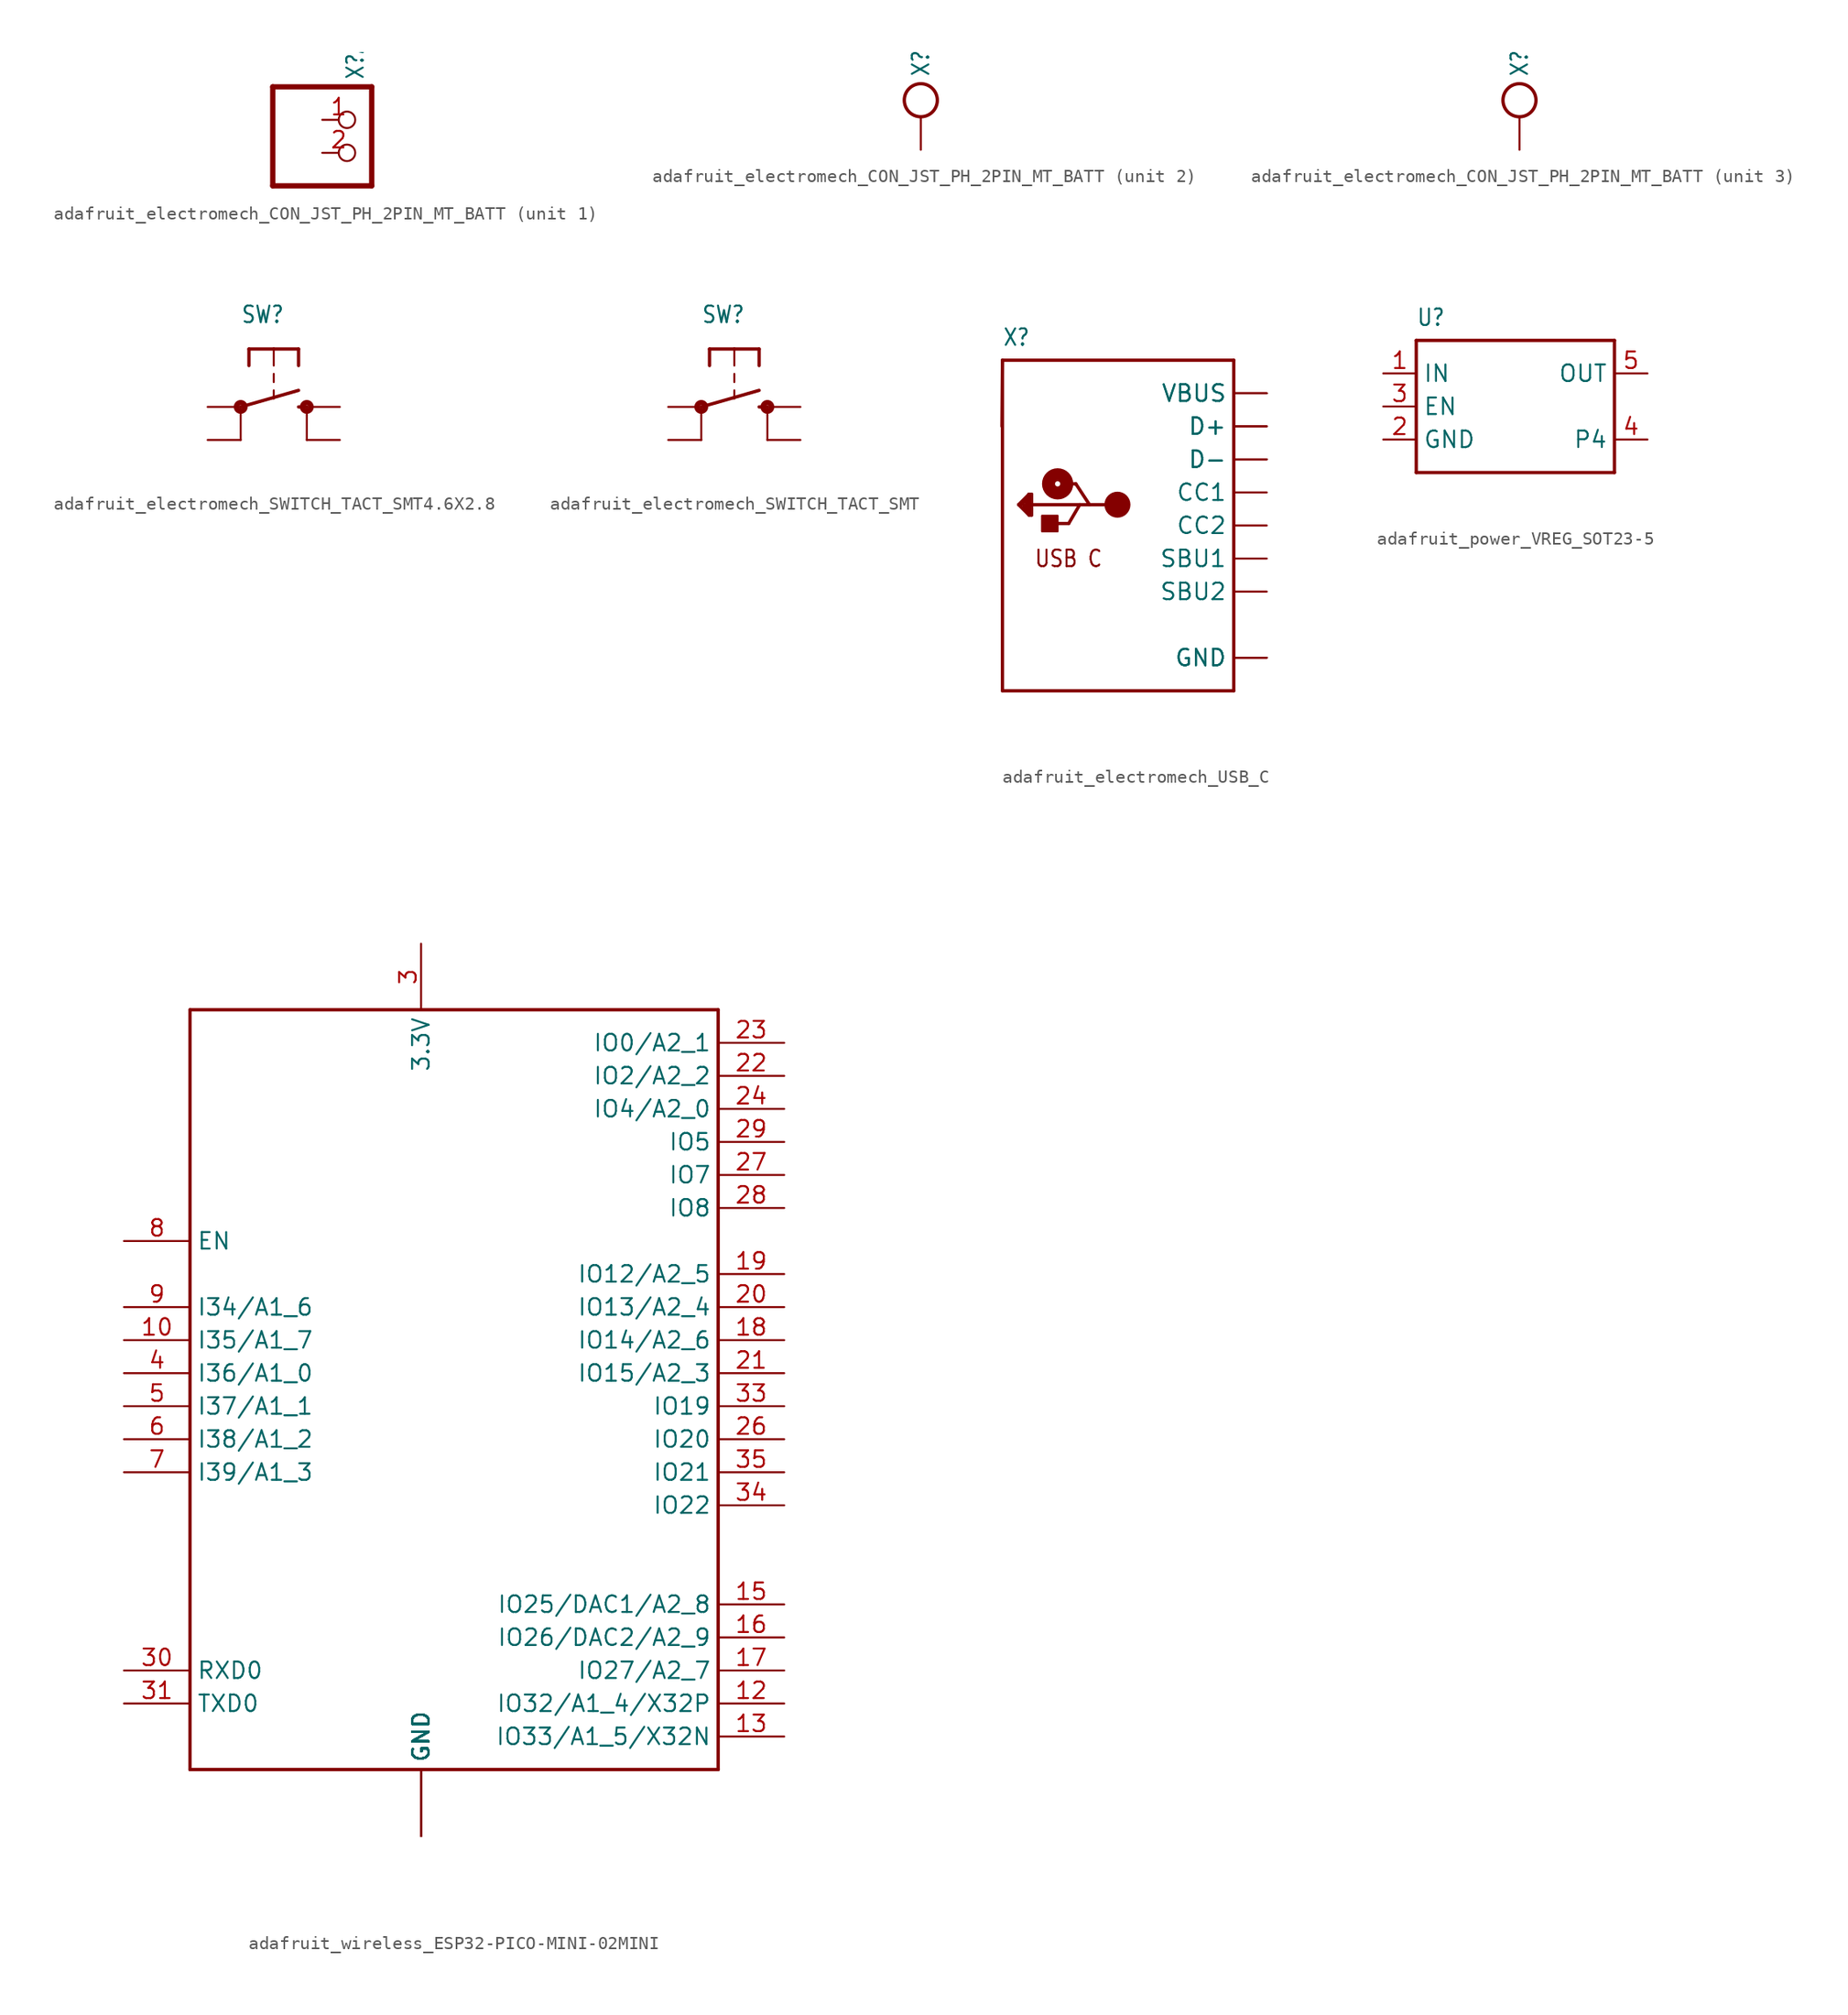
<source format=kicad_sym>
(kicad_symbol_lib
  (version 20231120)
  (generator "kicad_symbol_editor")
  (generator_version "8.0")
  (symbol "adafruit_electromech_CON_JST_PH_2PIN_MT_BATT"
    (property "Reference" "X"
      (at 0 5.588 90)
      (effects (font (size 1.27 1.079)) (justify left)))
    (property "Value" ""
      (at 1.651 5.588 90)
      (effects (font (size 1.27 1.079)) (justify left)))
    (property "ki_locked" ""
      (at 0 0 0)
      (effects (font (size 1.27 1.27))))
    (symbol "adafruit_electromech_CON_JST_PH_2PIN_MT_BATT_1_0"
      (polyline (pts (xy -6.35 -2.54) (xy 1.27 -2.54)) (stroke (width 0.406) (type solid)) (fill (type none)))
      (polyline (pts (xy -6.35 5.08) (xy -6.35 -2.54)) (stroke (width 0.406) (type solid)) (fill (type none)))
      (polyline (pts (xy 1.27 -2.54) (xy 1.27 5.08)) (stroke (width 0.406) (type solid)) (fill (type none)))
      (polyline (pts (xy 1.27 5.08) (xy -6.35 5.08)) (stroke (width 0.406) (type solid)) (fill (type none)))
      (pin passive inverted (at -2.54 2.54 0) (length 2.54) (name "1" (effects (font (size 0 0)))) (number "1" (effects (font (size 1.27 1.27)))))
      (pin passive inverted (at -2.54 0 0) (length 2.54) (name "2" (effects (font (size 0 0)))) (number "2" (effects (font (size 1.27 1.27))))))
    (symbol "adafruit_electromech_CON_JST_PH_2PIN_MT_BATT_2_0"
      (circle (center 0 3.81) (radius 1.27) (stroke (width 0.254) (type solid)) (fill (type none)))
      (pin bidirectional line (at 0 0 90) (length 2.54) (name "P$1" (effects (font (size 0 0)))) (number "NC2" (effects (font (size 0 0))))))
    (symbol "adafruit_electromech_CON_JST_PH_2PIN_MT_BATT_3_0"
      (circle (center 0 3.81) (radius 1.27) (stroke (width 0.254) (type solid)) (fill (type none)))
      (pin bidirectional line (at 0 0 90) (length 2.54) (name "P$1" (effects (font (size 0 0)))) (number "NC1" (effects (font (size 0 0)))))))
  (symbol "adafruit_electromech_SWITCH_TACT_SMT4.6X2.8"
    (property "Reference" "SW"
      (at -2.54 6.35 0)
      (effects (font (size 1.27 1.079)) (justify left bottom)))
    (property "Value" ""
      (at -2.54 -5.08 0)
      (effects (font (size 1.27 1.079)) (justify left bottom)))
    (property "ki_locked" ""
      (at 0 0 0)
      (effects (font (size 1.27 1.27))))
    (symbol "adafruit_electromech_SWITCH_TACT_SMT4.6X2.8_1_0"
      (circle (center -2.54 0) (radius 0.127) (stroke (width 0.406) (type solid)) (fill (type none)))
      (polyline (pts (xy -2.54 -2.54) (xy -2.54 0)) (stroke (width 0.152) (type solid)) (fill (type none)))
      (polyline (pts (xy -2.54 0) (xy 1.905 1.27)) (stroke (width 0.254) (type solid)) (fill (type none)))
      (polyline (pts (xy -1.905 4.445) (xy -1.905 3.175)) (stroke (width 0.254) (type solid)) (fill (type none)))
      (polyline (pts (xy 0 1.27) (xy 0 0.635)) (stroke (width 0.152) (type solid)) (fill (type none)))
      (polyline (pts (xy 0 2.54) (xy 0 1.905)) (stroke (width 0.152) (type solid)) (fill (type none)))
      (polyline (pts (xy 0 4.445) (xy -1.905 4.445)) (stroke (width 0.254) (type solid)) (fill (type none)))
      (polyline (pts (xy 0 4.445) (xy 0 3.175)) (stroke (width 0.152) (type solid)) (fill (type none)))
      (polyline (pts (xy 1.905 0) (xy 2.54 0)) (stroke (width 0.254) (type solid)) (fill (type none)))
      (polyline (pts (xy 1.905 4.445) (xy 0 4.445)) (stroke (width 0.254) (type solid)) (fill (type none)))
      (polyline (pts (xy 1.905 4.445) (xy 1.905 3.175)) (stroke (width 0.254) (type solid)) (fill (type none)))
      (polyline (pts (xy 2.54 -2.54) (xy 2.54 0)) (stroke (width 0.152) (type solid)) (fill (type none)))
      (circle (center 2.54 0) (radius 0.127) (stroke (width 0.406) (type solid)) (fill (type none)))
      (pin passive line (at -5.08 0 0) (length 2.54) (name "P" (effects (font (size 0 0)))) (number "A" (effects (font (size 0 0)))))
      (pin passive line (at -5.08 -2.54 0) (length 2.54) (name "P1" (effects (font (size 0 0)))) (number "A'" (effects (font (size 0 0)))))
      (pin passive line (at 5.08 0 180) (length 2.54) (name "S" (effects (font (size 0 0)))) (number "B" (effects (font (size 0 0)))))
      (pin passive line (at 5.08 -2.54 180) (length 2.54) (name "S1" (effects (font (size 0 0)))) (number "B'" (effects (font (size 0 0)))))))
  (symbol "adafruit_electromech_SWITCH_TACT_SMT"
    (property "Reference" "SW"
      (at -2.54 6.35 0)
      (effects (font (size 1.27 1.079)) (justify left bottom)))
    (property "Value" ""
      (at -2.54 -5.08 0)
      (effects (font (size 1.27 1.079)) (justify left bottom)))
    (property "ki_locked" ""
      (at 0 0 0)
      (effects (font (size 1.27 1.27))))
    (symbol "adafruit_electromech_SWITCH_TACT_SMT_1_0"
      (circle (center -2.54 0) (radius 0.127) (stroke (width 0.406) (type solid)) (fill (type none)))
      (polyline (pts (xy -2.54 -2.54) (xy -2.54 0)) (stroke (width 0.152) (type solid)) (fill (type none)))
      (polyline (pts (xy -2.54 0) (xy 1.905 1.27)) (stroke (width 0.254) (type solid)) (fill (type none)))
      (polyline (pts (xy -1.905 4.445) (xy -1.905 3.175)) (stroke (width 0.254) (type solid)) (fill (type none)))
      (polyline (pts (xy 0 1.27) (xy 0 0.635)) (stroke (width 0.152) (type solid)) (fill (type none)))
      (polyline (pts (xy 0 2.54) (xy 0 1.905)) (stroke (width 0.152) (type solid)) (fill (type none)))
      (polyline (pts (xy 0 4.445) (xy -1.905 4.445)) (stroke (width 0.254) (type solid)) (fill (type none)))
      (polyline (pts (xy 0 4.445) (xy 0 3.175)) (stroke (width 0.152) (type solid)) (fill (type none)))
      (polyline (pts (xy 1.905 0) (xy 2.54 0)) (stroke (width 0.254) (type solid)) (fill (type none)))
      (polyline (pts (xy 1.905 4.445) (xy 0 4.445)) (stroke (width 0.254) (type solid)) (fill (type none)))
      (polyline (pts (xy 1.905 4.445) (xy 1.905 3.175)) (stroke (width 0.254) (type solid)) (fill (type none)))
      (polyline (pts (xy 2.54 -2.54) (xy 2.54 0)) (stroke (width 0.152) (type solid)) (fill (type none)))
      (circle (center 2.54 0) (radius 0.127) (stroke (width 0.406) (type solid)) (fill (type none)))
      (pin passive line (at -5.08 0 0) (length 2.54) (name "P" (effects (font (size 0 0)))) (number "A" (effects (font (size 0 0)))))
      (pin passive line (at -5.08 -2.54 0) (length 2.54) (name "P1" (effects (font (size 0 0)))) (number "A'" (effects (font (size 0 0)))))
      (pin passive line (at 5.08 0 180) (length 2.54) (name "S" (effects (font (size 0 0)))) (number "B" (effects (font (size 0 0)))))
      (pin passive line (at 5.08 -2.54 180) (length 2.54) (name "S1" (effects (font (size 0 0)))) (number "B'" (effects (font (size 0 0)))))))
  (symbol "adafruit_electromech_USB_C"
    (property "Reference" "X"
      (at -10.16 13.716 0)
      (effects (font (size 1.27 1.079)) (justify left bottom)))
    (property "Value" ""
      (at -10.16 -15.24 0)
      (effects (font (size 1.27 1.079)) (justify left bottom)))
    (property "ki_locked" ""
      (at 0 0 0)
      (effects (font (size 1.27 1.27))))
    (symbol "adafruit_electromech_USB_C_1_0"
      (rectangle (start -7.12 -0.45) (end -5.92 0.75) (stroke (width 0) (type default)) (fill (type outline)))
      (circle (center -5.92 3.2) (radius 0.2) (stroke (width 1) (type solid)) (fill (type none)))
      (circle (center -1.32 1.6) (radius 0.5) (stroke (width 1) (type solid)) (fill (type none)))
      (polyline (pts (xy -10.2 7.62) (xy -10.16 12.7)) (stroke (width 0.254) (type solid)) (fill (type none)))
      (polyline (pts (xy -10.16 -12.7) (xy 7.62 -12.7)) (stroke (width 0.254) (type solid)) (fill (type none)))
      (polyline (pts (xy -10.16 12.7) (xy -10.16 -12.7)) (stroke (width 0.254) (type solid)) (fill (type none)))
      (polyline (pts (xy -10.16 12.7) (xy 7.62 12.7)) (stroke (width 0.254) (type solid)) (fill (type none)))
      (polyline (pts (xy -8.92 1.6) (xy -8.12 2.4)) (stroke (width 0.254) (type solid)) (fill (type none)))
      (polyline (pts (xy -8.52 1.4) (xy -8.32 1.2)) (stroke (width 0.254) (type solid)) (fill (type none)))
      (polyline (pts (xy -8.52 1.6) (xy -8.52 1.4)) (stroke (width 0.254) (type solid)) (fill (type none)))
      (polyline (pts (xy -8.32 1.2) (xy -8.32 2)) (stroke (width 0.254) (type solid)) (fill (type none)))
      (polyline (pts (xy -8.32 2) (xy -8.72 1.6)) (stroke (width 0.254) (type solid)) (fill (type none)))
      (polyline (pts (xy -8.12 0.8) (xy -8.92 1.6)) (stroke (width 0.254) (type solid)) (fill (type none)))
      (polyline (pts (xy -8.12 1) (xy -8.12 2.4)) (stroke (width 0.254) (type solid)) (fill (type none)))
      (polyline (pts (xy -8.12 2.4) (xy -7.92 2.4)) (stroke (width 0.254) (type solid)) (fill (type none)))
      (polyline (pts (xy -7.92 0.8) (xy -8.12 0.8)) (stroke (width 0.254) (type solid)) (fill (type none)))
      (polyline (pts (xy -7.92 1.6) (xy -7.92 0.8)) (stroke (width 0.254) (type solid)) (fill (type none)))
      (polyline (pts (xy -7.92 2.4) (xy -7.92 1.6)) (stroke (width 0.254) (type solid)) (fill (type none)))
      (polyline (pts (xy -6.27 0.15) (xy -5.07 0.15)) (stroke (width 0.254) (type solid)) (fill (type none)))
      (polyline (pts (xy -5.52 3.2) (xy -4.52 3.2)) (stroke (width 0.254) (type solid)) (fill (type none)))
      (polyline (pts (xy -5.07 0.15) (xy -4.22 1.6)) (stroke (width 0.254) (type solid)) (fill (type none)))
      (polyline (pts (xy -4.52 3.2) (xy -3.47 1.6)) (stroke (width 0.254) (type solid)) (fill (type none)))
      (polyline (pts (xy -4.22 1.6) (xy -7.92 1.6)) (stroke (width 0.254) (type solid)) (fill (type none)))
      (polyline (pts (xy -3.47 1.6) (xy -4.22 1.6)) (stroke (width 0.254) (type solid)) (fill (type none)))
      (polyline (pts (xy -1.32 1.6) (xy -3.47 1.6)) (stroke (width 0.254) (type solid)) (fill (type none)))
      (polyline (pts (xy 7.62 12.7) (xy 7.62 -12.7)) (stroke (width 0.254) (type solid)) (fill (type none)))
      (text "USB C" (at -5.08 -2.54 0) (effects (font (size 1.27 1.079))))
      (pin power_in line (at 10.16 -10.16 180) (length 2.54) (name "GND" (effects (font (size 1.27 1.27)))) (number "A1B12" (effects (font (size 0 0)))))
      (pin power_in line (at 10.16 10.16 180) (length 2.54) (name "VBUS" (effects (font (size 1.27 1.27)))) (number "A4B9" (effects (font (size 0 0)))))
      (pin bidirectional line (at 10.16 2.54 180) (length 2.54) (name "CC1" (effects (font (size 1.27 1.27)))) (number "A5" (effects (font (size 0 0)))))
      (pin bidirectional line (at 10.16 7.62 180) (length 2.54) (name "D+" (effects (font (size 1.27 1.27)))) (number "A6" (effects (font (size 0 0)))))
      (pin bidirectional line (at 10.16 5.08 180) (length 2.54) (name "D-" (effects (font (size 1.27 1.27)))) (number "A7" (effects (font (size 0 0)))))
      (pin bidirectional line (at 10.16 -2.54 180) (length 2.54) (name "SBU1" (effects (font (size 1.27 1.27)))) (number "A8" (effects (font (size 0 0)))))
      (pin power_in line (at 10.16 -10.16 180) (length 2.54) (name "GND" (effects (font (size 1.27 1.27)))) (number "B1A12" (effects (font (size 0 0)))))
      (pin power_in line (at 10.16 10.16 180) (length 2.54) (name "VBUS" (effects (font (size 1.27 1.27)))) (number "B4A9" (effects (font (size 0 0)))))
      (pin bidirectional line (at 10.16 0 180) (length 2.54) (name "CC2" (effects (font (size 1.27 1.27)))) (number "B5" (effects (font (size 0 0)))))
      (pin bidirectional line (at 10.16 7.62 180) (length 2.54) (name "D+" (effects (font (size 1.27 1.27)))) (number "B6" (effects (font (size 0 0)))))
      (pin bidirectional line (at 10.16 5.08 180) (length 2.54) (name "D-" (effects (font (size 1.27 1.27)))) (number "B7" (effects (font (size 0 0)))))
      (pin bidirectional line (at 10.16 -5.08 180) (length 2.54) (name "SBU2" (effects (font (size 1.27 1.27)))) (number "B8" (effects (font (size 0 0)))))))
  (symbol "adafruit_power_VREG_SOT23-5"
    (property "Reference" "U"
      (at -7.62 6.096 0)
      (effects (font (size 1.27 1.079)) (justify left bottom)))
    (property "Value" ""
      (at -7.62 -7.62 0)
      (effects (font (size 1.27 1.079)) (justify left bottom)))
    (property "ki_locked" ""
      (at 0 0 0)
      (effects (font (size 1.27 1.27))))
    (symbol "adafruit_power_VREG_SOT23-5_1_0"
      (polyline (pts (xy -7.62 -5.08) (xy -7.62 5.08)) (stroke (width 0.254) (type solid)) (fill (type none)))
      (polyline (pts (xy -7.62 5.08) (xy 7.62 5.08)) (stroke (width 0.254) (type solid)) (fill (type none)))
      (polyline (pts (xy 7.62 -5.08) (xy -7.62 -5.08)) (stroke (width 0.254) (type solid)) (fill (type none)))
      (polyline (pts (xy 7.62 5.08) (xy 7.62 -5.08)) (stroke (width 0.254) (type solid)) (fill (type none)))
      (pin power_in line (at -10.16 2.54 0) (length 2.54) (name "IN" (effects (font (size 1.27 1.27)))) (number "1" (effects (font (size 1.27 1.27)))))
      (pin power_in line (at -10.16 -2.54 0) (length 2.54) (name "GND" (effects (font (size 1.27 1.27)))) (number "2" (effects (font (size 1.27 1.27)))))
      (pin input line (at -10.16 0 0) (length 2.54) (name "EN" (effects (font (size 1.27 1.27)))) (number "3" (effects (font (size 1.27 1.27)))))
      (pin bidirectional line (at 10.16 -2.54 180) (length 2.54) (name "P4" (effects (font (size 1.27 1.27)))) (number "4" (effects (font (size 1.27 1.27)))))
      (pin power_in line (at 10.16 2.54 180) (length 2.54) (name "OUT" (effects (font (size 1.27 1.27)))) (number "5" (effects (font (size 1.27 1.27)))))))
  (symbol "adafruit_wireless_ESP32-PICO-MINI-02MINI"
    (property "Reference" "X"
      (at 0 0 0)
      (effects (font (size 1.27 1.27)) (hide yes)))
    (property "ki_locked" ""
      (at 0 0 0)
      (effects (font (size 1.27 1.27))))
    (symbol "adafruit_wireless_ESP32-PICO-MINI-02MINI_1_0"
      (polyline (pts (xy -17.78 -22.86) (xy -17.78 35.56)) (stroke (width 0.254) (type solid)) (fill (type none)))
      (polyline (pts (xy -17.78 35.56) (xy 22.86 35.56)) (stroke (width 0.254) (type solid)) (fill (type none)))
      (polyline (pts (xy 22.86 -22.86) (xy -17.78 -22.86)) (stroke (width 0.254) (type solid)) (fill (type none)))
      (polyline (pts (xy 22.86 35.56) (xy 22.86 -22.86)) (stroke (width 0.254) (type solid)) (fill (type none)))
      (pin passive line (at 0 -27.94 90) (length 5.08) (name "GND" (effects (font (size 1.27 1.27)))) (number "1" (effects (font (size 0 0)))))
      (pin input line (at -22.86 10.16 0) (length 5.08) (name "I35/A1_7" (effects (font (size 1.27 1.27)))) (number "10" (effects (font (size 1.27 1.27)))))
      (pin passive line (at 0 -27.94 90) (length 5.08) (name "GND" (effects (font (size 1.27 1.27)))) (number "11" (effects (font (size 0 0)))))
      (pin bidirectional line (at 27.94 -17.78 180) (length 5.08) (name "IO32/A1_4/X32P" (effects (font (size 1.27 1.27)))) (number "12" (effects (font (size 1.27 1.27)))))
      (pin bidirectional line (at 27.94 -20.32 180) (length 5.08) (name "IO33/A1_5/X32N" (effects (font (size 1.27 1.27)))) (number "13" (effects (font (size 1.27 1.27)))))
      (pin passive line (at 0 -27.94 90) (length 5.08) (name "GND" (effects (font (size 1.27 1.27)))) (number "14" (effects (font (size 0 0)))))
      (pin bidirectional line (at 27.94 -10.16 180) (length 5.08) (name "IO25/DAC1/A2_8" (effects (font (size 1.27 1.27)))) (number "15" (effects (font (size 1.27 1.27)))))
      (pin bidirectional line (at 27.94 -12.7 180) (length 5.08) (name "IO26/DAC2/A2_9" (effects (font (size 1.27 1.27)))) (number "16" (effects (font (size 1.27 1.27)))))
      (pin bidirectional line (at 27.94 -15.24 180) (length 5.08) (name "IO27/A2_7" (effects (font (size 1.27 1.27)))) (number "17" (effects (font (size 1.27 1.27)))))
      (pin bidirectional line (at 27.94 10.16 180) (length 5.08) (name "IO14/A2_6" (effects (font (size 1.27 1.27)))) (number "18" (effects (font (size 1.27 1.27)))))
      (pin bidirectional line (at 27.94 15.24 180) (length 5.08) (name "IO12/A2_5" (effects (font (size 1.27 1.27)))) (number "19" (effects (font (size 1.27 1.27)))))
      (pin passive line (at 0 -27.94 90) (length 5.08) (name "GND" (effects (font (size 1.27 1.27)))) (number "2" (effects (font (size 0 0)))))
      (pin bidirectional line (at 27.94 12.7 180) (length 5.08) (name "IO13/A2_4" (effects (font (size 1.27 1.27)))) (number "20" (effects (font (size 1.27 1.27)))))
      (pin bidirectional line (at 27.94 7.62 180) (length 5.08) (name "IO15/A2_3" (effects (font (size 1.27 1.27)))) (number "21" (effects (font (size 1.27 1.27)))))
      (pin bidirectional line (at 27.94 30.48 180) (length 5.08) (name "IO2/A2_2" (effects (font (size 1.27 1.27)))) (number "22" (effects (font (size 1.27 1.27)))))
      (pin bidirectional line (at 27.94 33.02 180) (length 5.08) (name "IO0/A2_1" (effects (font (size 1.27 1.27)))) (number "23" (effects (font (size 1.27 1.27)))))
      (pin bidirectional line (at 27.94 27.94 180) (length 5.08) (name "IO4/A2_0" (effects (font (size 1.27 1.27)))) (number "24" (effects (font (size 1.27 1.27)))))
      (pin bidirectional line (at 27.94 2.54 180) (length 5.08) (name "IO20" (effects (font (size 1.27 1.27)))) (number "26" (effects (font (size 1.27 1.27)))))
      (pin bidirectional line (at 27.94 22.86 180) (length 5.08) (name "IO7" (effects (font (size 1.27 1.27)))) (number "27" (effects (font (size 1.27 1.27)))))
      (pin bidirectional line (at 27.94 20.32 180) (length 5.08) (name "IO8" (effects (font (size 1.27 1.27)))) (number "28" (effects (font (size 1.27 1.27)))))
      (pin bidirectional line (at 27.94 25.4 180) (length 5.08) (name "IO5" (effects (font (size 1.27 1.27)))) (number "29" (effects (font (size 1.27 1.27)))))
      (pin passive line (at 0 40.64 270) (length 5.08) (name "3.3V" (effects (font (size 1.27 1.27)))) (number "3" (effects (font (size 1.27 1.27)))))
      (pin input line (at -22.86 -15.24 0) (length 5.08) (name "RXD0" (effects (font (size 1.27 1.27)))) (number "30" (effects (font (size 1.27 1.27)))))
      (pin output line (at -22.86 -17.78 0) (length 5.08) (name "TXD0" (effects (font (size 1.27 1.27)))) (number "31" (effects (font (size 1.27 1.27)))))
      (pin bidirectional line (at 27.94 5.08 180) (length 5.08) (name "IO19" (effects (font (size 1.27 1.27)))) (number "33" (effects (font (size 1.27 1.27)))))
      (pin bidirectional line (at 27.94 -2.54 180) (length 5.08) (name "IO22" (effects (font (size 1.27 1.27)))) (number "34" (effects (font (size 1.27 1.27)))))
      (pin bidirectional line (at 27.94 0 180) (length 5.08) (name "IO21" (effects (font (size 1.27 1.27)))) (number "35" (effects (font (size 1.27 1.27)))))
      (pin passive line (at 0 -27.94 90) (length 5.08) (name "GND" (effects (font (size 1.27 1.27)))) (number "36" (effects (font (size 0 0)))))
      (pin passive line (at 0 -27.94 90) (length 5.08) (name "GND" (effects (font (size 1.27 1.27)))) (number "37" (effects (font (size 0 0)))))
      (pin passive line (at 0 -27.94 90) (length 5.08) (name "GND" (effects (font (size 1.27 1.27)))) (number "38" (effects (font (size 0 0)))))
      (pin passive line (at 0 -27.94 90) (length 5.08) (name "GND" (effects (font (size 1.27 1.27)))) (number "39" (effects (font (size 0 0)))))
      (pin input line (at -22.86 7.62 0) (length 5.08) (name "I36/A1_0" (effects (font (size 1.27 1.27)))) (number "4" (effects (font (size 1.27 1.27)))))
      (pin passive line (at 0 -27.94 90) (length 5.08) (name "GND" (effects (font (size 1.27 1.27)))) (number "40" (effects (font (size 0 0)))))
      (pin passive line (at 0 -27.94 90) (length 5.08) (name "GND" (effects (font (size 1.27 1.27)))) (number "41" (effects (font (size 0 0)))))
      (pin passive line (at 0 -27.94 90) (length 5.08) (name "GND" (effects (font (size 1.27 1.27)))) (number "42" (effects (font (size 0 0)))))
      (pin passive line (at 0 -27.94 90) (length 5.08) (name "GND" (effects (font (size 1.27 1.27)))) (number "43" (effects (font (size 0 0)))))
      (pin passive line (at 0 -27.94 90) (length 5.08) (name "GND" (effects (font (size 1.27 1.27)))) (number "44" (effects (font (size 0 0)))))
      (pin passive line (at 0 -27.94 90) (length 5.08) (name "GND" (effects (font (size 1.27 1.27)))) (number "45" (effects (font (size 0 0)))))
      (pin passive line (at 0 -27.94 90) (length 5.08) (name "GND" (effects (font (size 1.27 1.27)))) (number "46" (effects (font (size 0 0)))))
      (pin passive line (at 0 -27.94 90) (length 5.08) (name "GND" (effects (font (size 1.27 1.27)))) (number "47" (effects (font (size 0 0)))))
      (pin passive line (at 0 -27.94 90) (length 5.08) (name "GND" (effects (font (size 1.27 1.27)))) (number "48" (effects (font (size 0 0)))))
      (pin passive line (at 0 -27.94 90) (length 5.08) (name "GND" (effects (font (size 1.27 1.27)))) (number "49" (effects (font (size 0 0)))))
      (pin input line (at -22.86 5.08 0) (length 5.08) (name "I37/A1_1" (effects (font (size 1.27 1.27)))) (number "5" (effects (font (size 1.27 1.27)))))
      (pin passive line (at 0 -27.94 90) (length 5.08) (name "GND" (effects (font (size 1.27 1.27)))) (number "50" (effects (font (size 0 0)))))
      (pin passive line (at 0 -27.94 90) (length 5.08) (name "GND" (effects (font (size 1.27 1.27)))) (number "51" (effects (font (size 0 0)))))
      (pin passive line (at 0 -27.94 90) (length 5.08) (name "GND" (effects (font (size 1.27 1.27)))) (number "52" (effects (font (size 0 0)))))
      (pin passive line (at 0 -27.94 90) (length 5.08) (name "GND" (effects (font (size 1.27 1.27)))) (number "53" (effects (font (size 0 0)))))
      (pin passive line (at 0 -27.94 90) (length 5.08) (name "GND" (effects (font (size 1.27 1.27)))) (number "54" (effects (font (size 0 0)))))
      (pin passive line (at 0 -27.94 90) (length 5.08) (name "GND" (effects (font (size 1.27 1.27)))) (number "55" (effects (font (size 0 0)))))
      (pin passive line (at 0 -27.94 90) (length 5.08) (name "GND" (effects (font (size 1.27 1.27)))) (number "56" (effects (font (size 0 0)))))
      (pin passive line (at 0 -27.94 90) (length 5.08) (name "GND" (effects (font (size 1.27 1.27)))) (number "57" (effects (font (size 0 0)))))
      (pin passive line (at 0 -27.94 90) (length 5.08) (name "GND" (effects (font (size 1.27 1.27)))) (number "58" (effects (font (size 0 0)))))
      (pin passive line (at 0 -27.94 90) (length 5.08) (name "GND" (effects (font (size 1.27 1.27)))) (number "59" (effects (font (size 0 0)))))
      (pin input line (at -22.86 2.54 0) (length 5.08) (name "I38/A1_2" (effects (font (size 1.27 1.27)))) (number "6" (effects (font (size 1.27 1.27)))))
      (pin passive line (at 0 -27.94 90) (length 5.08) (name "GND" (effects (font (size 1.27 1.27)))) (number "60" (effects (font (size 0 0)))))
      (pin passive line (at 0 -27.94 90) (length 5.08) (name "GND" (effects (font (size 1.27 1.27)))) (number "61" (effects (font (size 0 0)))))
      (pin input line (at -22.86 0 0) (length 5.08) (name "I39/A1_3" (effects (font (size 1.27 1.27)))) (number "7" (effects (font (size 1.27 1.27)))))
      (pin input line (at -22.86 17.78 0) (length 5.08) (name "EN" (effects (font (size 1.27 1.27)))) (number "8" (effects (font (size 1.27 1.27)))))
      (pin input line (at -22.86 12.7 0) (length 5.08) (name "I34/A1_6" (effects (font (size 1.27 1.27)))) (number "9" (effects (font (size 1.27 1.27))))))))
</source>
